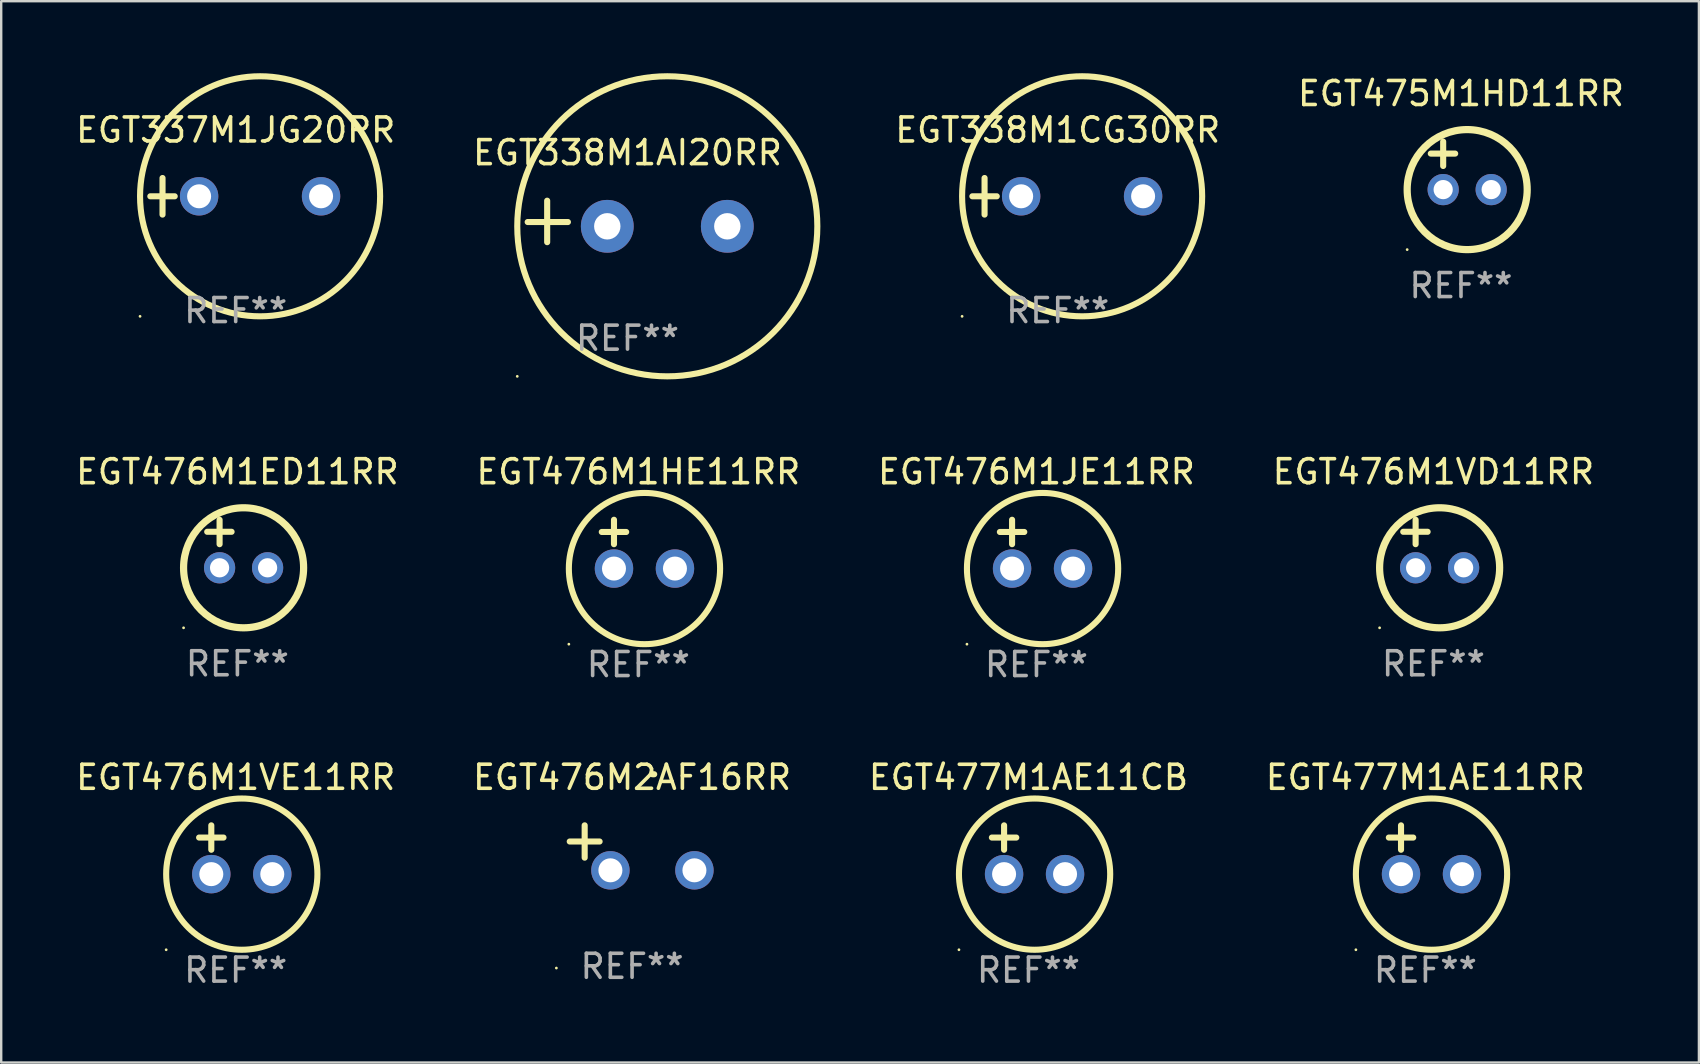
<source format=kicad_pcb>
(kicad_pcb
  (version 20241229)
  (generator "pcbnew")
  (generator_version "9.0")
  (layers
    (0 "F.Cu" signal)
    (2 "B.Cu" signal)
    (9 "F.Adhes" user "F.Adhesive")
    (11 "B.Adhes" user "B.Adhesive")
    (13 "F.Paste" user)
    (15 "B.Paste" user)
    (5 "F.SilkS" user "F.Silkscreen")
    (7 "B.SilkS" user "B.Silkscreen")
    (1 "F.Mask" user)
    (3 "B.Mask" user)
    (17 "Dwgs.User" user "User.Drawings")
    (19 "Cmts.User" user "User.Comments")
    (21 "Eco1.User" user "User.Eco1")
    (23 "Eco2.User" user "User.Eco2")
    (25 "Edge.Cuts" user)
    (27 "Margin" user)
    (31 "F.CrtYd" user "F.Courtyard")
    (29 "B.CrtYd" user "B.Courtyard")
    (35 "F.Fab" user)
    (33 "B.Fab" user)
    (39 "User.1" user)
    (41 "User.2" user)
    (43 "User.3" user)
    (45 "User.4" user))
  (footprint "EGT477M1AE11RR"
    (layer "F.Cu")
    (at 56.327 32.347)
    (property "Reference" "EGT477M1AE11RR" (at 0 -3.016 0) (layer "F.SilkS") (effects (font (size 1 1) (thickness 0.15))))
    (attr through_hole)
    (fp_line (start -1.524 -0.508) (end -0.508 -0.508) (stroke (width 0.254) (type solid)) (layer "F.SilkS"))
    (fp_line (start -1.016 -1.016) (end -1.016 0) (stroke (width 0.254) (type solid)) (layer "F.SilkS"))
    (fp_circle (center -2.896 4.166) (end -2.866 4.166) (stroke (width 0.06) (type solid)) (fill no) (layer "F.SilkS"))
    (fp_circle (center 0.254 1.016) (end 3.404 1.016) (stroke (width 0.254) (type solid)) (fill no) (layer "F.SilkS"))
    (fp_text user "REF**" (at 0 5.016 0) (layer "F.Fab") (effects (font (size 1 1) (thickness 0.15))))
    (pad "1" thru_hole circle (at -1.016 1.016) (size 1.6 1.6) (drill 1) (layers "*.Cu" "*.Mask"))
    (pad "2" thru_hole circle (at 1.524 1.016) (size 1.6 1.6) (drill 1) (layers "*.Cu" "*.Mask")))
  (footprint "EGT475M1HD11RR"
    (layer "F.Cu")
    (at 57.809 3.848)
    (property "Reference" "EGT475M1HD11RR" (at 0 -3 0) (layer "F.SilkS") (effects (font (size 1 1) (thickness 0.15))))
    (attr through_hole)
    (fp_line (start -1.258 -0.5) (end -0.242 -0.5) (stroke (width 0.254) (type solid)) (layer "F.SilkS"))
    (fp_line (start -0.742 -1) (end -0.742 0.016) (stroke (width 0.254) (type solid)) (layer "F.SilkS"))
    (fp_circle (center -2.242 3.5) (end -2.212 3.5) (stroke (width 0.06) (type solid)) (fill no) (layer "F.SilkS"))
    (fp_circle (center 0.258 1) (end 2.758 1) (stroke (width 0.3) (type solid)) (fill no) (layer "F.SilkS"))
    (fp_text user "REF**" (at 0 5 0) (layer "F.Fab") (effects (font (size 1 1) (thickness 0.15))))
    (pad "1" thru_hole circle (at -0.742 1) (size 1.3 1.3) (drill 0.8) (layers "*.Cu" "*.Mask"))
    (pad "2" thru_hole circle (at 1.258 1) (size 1.3 1.3) (drill 0.8) (layers "*.Cu" "*.Mask")))
  (footprint "EGT338M1AI20RR"
    (layer "F.Cu")
    (at 23.089 6.174)
    (property "Reference" "EGT338M1AI20RR" (at 0 -2.864 0) (layer "F.SilkS") (effects (font (size 1 1) (thickness 0.15))))
    (attr through_hole)
    (fp_line (start -3.346 0.864) (end -3.346 -0.864) (stroke (width 0.254) (type solid)) (layer "F.SilkS"))
    (fp_line (start -2.482 0.025) (end -4.158 0.025) (stroke (width 0.254) (type solid)) (layer "F.SilkS"))
    (fp_circle (center -4.592 6.453) (end -4.562 6.453) (stroke (width 0.06) (type solid)) (fill no) (layer "F.SilkS"))
    (fp_circle (center 1.658 0.203) (end 7.908 0.203) (stroke (width 0.254) (type solid)) (fill no) (layer "F.SilkS"))
    (fp_text user "REF**" (at 0 4.864 0) (layer "F.Fab") (effects (font (size 1 1) (thickness 0.15))))
    (pad "1" thru_hole circle (at -0.842 0.203) (size 2.2 2.2) (drill 1.1) (layers "*.Cu" "*.Mask"))
    (pad "2" thru_hole circle (at 4.158 0.203) (size 2.2 2.2) (drill 1.1) (layers "*.Cu" "*.Mask")))
  (footprint "EGT476M1JE11RR"
    (layer "F.Cu")
    (at 40.125 19.618)
    (property "Reference" "EGT476M1JE11RR" (at 0 -3.016 0) (layer "F.SilkS") (effects (font (size 1 1) (thickness 0.15))))
    (attr through_hole)
    (fp_line (start -1.524 -0.508) (end -0.508 -0.508) (stroke (width 0.254) (type solid)) (layer "F.SilkS"))
    (fp_line (start -1.016 -1.016) (end -1.016 0) (stroke (width 0.254) (type solid)) (layer "F.SilkS"))
    (fp_circle (center -2.896 4.166) (end -2.866 4.166) (stroke (width 0.06) (type solid)) (fill no) (layer "F.SilkS"))
    (fp_circle (center 0.254 1.016) (end 3.404 1.016) (stroke (width 0.254) (type solid)) (fill no) (layer "F.SilkS"))
    (fp_text user "REF**" (at 0 5.016 0) (layer "F.Fab") (effects (font (size 1 1) (thickness 0.15))))
    (pad "1" thru_hole circle (at -1.016 1.016) (size 1.6 1.6) (drill 1) (layers "*.Cu" "*.Mask"))
    (pad "2" thru_hole circle (at 1.524 1.016) (size 1.6 1.6) (drill 1) (layers "*.Cu" "*.Mask")))
  (footprint "EGT477M1AE11CB"
    (layer "F.Cu")
    (at 39.792 32.347)
    (property "Reference" "EGT477M1AE11CB" (at 0 -3.016 0) (layer "F.SilkS") (effects (font (size 1 1) (thickness 0.15))))
    (attr through_hole)
    (fp_line (start -1.524 -0.508) (end -0.508 -0.508) (stroke (width 0.254) (type solid)) (layer "F.SilkS"))
    (fp_line (start -1.016 -1.016) (end -1.016 0) (stroke (width 0.254) (type solid)) (layer "F.SilkS"))
    (fp_circle (center -2.896 4.166) (end -2.866 4.166) (stroke (width 0.06) (type solid)) (fill no) (layer "F.SilkS"))
    (fp_circle (center 0.254 1.016) (end 3.404 1.016) (stroke (width 0.254) (type solid)) (fill no) (layer "F.SilkS"))
    (fp_text user "REF**" (at 0 5.016 0) (layer "F.Fab") (effects (font (size 1 1) (thickness 0.15))))
    (pad "1" thru_hole circle (at -1.016 1.016) (size 1.6 1.6) (drill 1) (layers "*.Cu" "*.Mask"))
    (pad "2" thru_hole circle (at 1.524 1.016) (size 1.6 1.6) (drill 1) (layers "*.Cu" "*.Mask")))
  (footprint "EGT476M2AF16RR"
    (layer "F.Cu")
    (at 23.28 32.267)
    (property "Reference" "EGT476M2AF16RR" (at 0 -2.937 0) (layer "F.SilkS") (effects (font (size 1 1) (thickness 0.15))))
    (attr through_hole)
    (fp_line (start -1.975 0.41) (end -1.975 -0.937) (stroke (width 0.254) (type solid)) (layer "F.SilkS"))
    (fp_line (start -1.353 -0.263) (end -2.597 -0.263) (stroke (width 0.254) (type solid)) (layer "F.SilkS"))
    (fp_arc (start 0.849809 -3.063957) (mid 0.885369 -3.064114) (end 0.920929 -3.063957) (stroke (width 0.254001) (type solid)) (layer "F.SilkS"))
    (fp_circle (center -3.154 5.008) (end -3.124 5.008) (stroke (width 0.06) (type solid)) (fill no) (layer "F.SilkS"))
    (fp_text user "REF**" (at 0 4.937 0) (layer "F.Fab") (effects (font (size 1 1) (thickness 0.15))))
    (pad "1" thru_hole circle (at -0.903 0.937) (size 1.6 1.6) (drill 1) (layers "*.Cu" "*.Mask"))
    (pad "2" thru_hole circle (at 2.597 0.937) (size 1.6 1.6) (drill 1) (layers "*.Cu" "*.Mask")))
  (footprint "EGT476M1VE11RR"
    (layer "F.Cu")
    (at 6.768 32.347)
    (property "Reference" "EGT476M1VE11RR" (at 0 -3.016 0) (layer "F.SilkS") (effects (font (size 1 1) (thickness 0.15))))
    (attr through_hole)
    (fp_line (start -1.524 -0.508) (end -0.508 -0.508) (stroke (width 0.254) (type solid)) (layer "F.SilkS"))
    (fp_line (start -1.016 -1.016) (end -1.016 0) (stroke (width 0.254) (type solid)) (layer "F.SilkS"))
    (fp_circle (center -2.896 4.166) (end -2.866 4.166) (stroke (width 0.06) (type solid)) (fill no) (layer "F.SilkS"))
    (fp_circle (center 0.254 1.016) (end 3.404 1.016) (stroke (width 0.254) (type solid)) (fill no) (layer "F.SilkS"))
    (fp_text user "REF**" (at 0 5.016 0) (layer "F.Fab") (effects (font (size 1 1) (thickness 0.15))))
    (pad "1" thru_hole circle (at -1.016 1.016) (size 1.6 1.6) (drill 1) (layers "*.Cu" "*.Mask"))
    (pad "2" thru_hole circle (at 1.524 1.016) (size 1.6 1.6) (drill 1) (layers "*.Cu" "*.Mask")))
  (footprint "EGT337M1JG20RR"
    (layer "F.Cu")
    (at 6.768 5.127)
    (property "Reference" "EGT337M1JG20RR" (at 0 -2.762 0) (layer "F.SilkS") (effects (font (size 1 1) (thickness 0.15))))
    (attr through_hole)
    (fp_line (start -3.556 0) (end -2.54 0) (stroke (width 0.254) (type solid)) (layer "F.SilkS"))
    (fp_line (start -3.048 -0.762) (end -3.048 0.762) (stroke (width 0.254) (type solid)) (layer "F.SilkS"))
    (fp_circle (center -3.984 5) (end -3.954 5) (stroke (width 0.06) (type solid)) (fill no) (layer "F.SilkS"))
    (fp_circle (center 1.016 0) (end 6.016 0) (stroke (width 0.254) (type solid)) (fill no) (layer "F.SilkS"))
    (fp_text user "REF**" (at 0 4.762 0) (layer "F.Fab") (effects (font (size 1 1) (thickness 0.15))))
    (pad "1" thru_hole circle (at -1.524 0) (size 1.6 1.6) (drill 1) (layers "*.Cu" "*.Mask"))
    (pad "2" thru_hole circle (at 3.556 0) (size 1.6 1.6) (drill 1) (layers "*.Cu" "*.Mask")))
  (footprint "EGT476M1HE11RR"
    (layer "F.Cu")
    (at 23.542 19.618)
    (property "Reference" "EGT476M1HE11RR" (at 0 -3.016 0) (layer "F.SilkS") (effects (font (size 1 1) (thickness 0.15))))
    (attr through_hole)
    (fp_line (start -1.524 -0.508) (end -0.508 -0.508) (stroke (width 0.254) (type solid)) (layer "F.SilkS"))
    (fp_line (start -1.016 -1.016) (end -1.016 0) (stroke (width 0.254) (type solid)) (layer "F.SilkS"))
    (fp_circle (center -2.896 4.166) (end -2.866 4.166) (stroke (width 0.06) (type solid)) (fill no) (layer "F.SilkS"))
    (fp_circle (center 0.254 1.016) (end 3.404 1.016) (stroke (width 0.254) (type solid)) (fill no) (layer "F.SilkS"))
    (fp_text user "REF**" (at 0 5.016 0) (layer "F.Fab") (effects (font (size 1 1) (thickness 0.15))))
    (pad "1" thru_hole circle (at -1.016 1.016) (size 1.6 1.6) (drill 1) (layers "*.Cu" "*.Mask"))
    (pad "2" thru_hole circle (at 1.524 1.016) (size 1.6 1.6) (drill 1) (layers "*.Cu" "*.Mask")))
  (footprint "EGT476M1VD11RR"
    (layer "F.Cu")
    (at 56.661 19.602)
    (property "Reference" "EGT476M1VD11RR" (at 0 -3 0) (layer "F.SilkS") (effects (font (size 1 1) (thickness 0.15))))
    (attr through_hole)
    (fp_line (start -1.258 -0.5) (end -0.242 -0.5) (stroke (width 0.254) (type solid)) (layer "F.SilkS"))
    (fp_line (start -0.742 -1) (end -0.742 0.016) (stroke (width 0.254) (type solid)) (layer "F.SilkS"))
    (fp_circle (center -2.242 3.5) (end -2.212 3.5) (stroke (width 0.06) (type solid)) (fill no) (layer "F.SilkS"))
    (fp_circle (center 0.258 1) (end 2.758 1) (stroke (width 0.3) (type solid)) (fill no) (layer "F.SilkS"))
    (fp_text user "REF**" (at 0 5 0) (layer "F.Fab") (effects (font (size 1 1) (thickness 0.15))))
    (pad "1" thru_hole circle (at -0.742 1) (size 1.3 1.3) (drill 0.8) (layers "*.Cu" "*.Mask"))
    (pad "2" thru_hole circle (at 1.258 1) (size 1.3 1.3) (drill 0.8) (layers "*.Cu" "*.Mask")))
  (footprint "EGT338M1CG30RR"
    (layer "F.Cu")
    (at 41.011 5.127)
    (property "Reference" "EGT338M1CG30RR" (at 0 -2.762 0) (layer "F.SilkS") (effects (font (size 1 1) (thickness 0.15))))
    (attr through_hole)
    (fp_line (start -3.556 0) (end -2.54 0) (stroke (width 0.254) (type solid)) (layer "F.SilkS"))
    (fp_line (start -3.048 -0.762) (end -3.048 0.762) (stroke (width 0.254) (type solid)) (layer "F.SilkS"))
    (fp_circle (center -3.984 5) (end -3.954 5) (stroke (width 0.06) (type solid)) (fill no) (layer "F.SilkS"))
    (fp_circle (center 1.016 0) (end 6.016 0) (stroke (width 0.254) (type solid)) (fill no) (layer "F.SilkS"))
    (fp_text user "REF**" (at 0 4.762 0) (layer "F.Fab") (effects (font (size 1 1) (thickness 0.15))))
    (pad "1" thru_hole circle (at -1.524 0) (size 1.6 1.6) (drill 1) (layers "*.Cu" "*.Mask"))
    (pad "2" thru_hole circle (at 3.556 0) (size 1.6 1.6) (drill 1) (layers "*.Cu" "*.Mask")))
  (footprint "EGT476M1ED11RR"
    (layer "F.Cu")
    (at 6.839 19.602)
    (property "Reference" "EGT476M1ED11RR" (at 0 -3 0) (layer "F.SilkS") (effects (font (size 1 1) (thickness 0.15))))
    (attr through_hole)
    (fp_line (start -1.258 -0.5) (end -0.242 -0.5) (stroke (width 0.254) (type solid)) (layer "F.SilkS"))
    (fp_line (start -0.742 -1) (end -0.742 0.016) (stroke (width 0.254) (type solid)) (layer "F.SilkS"))
    (fp_circle (center -2.242 3.5) (end -2.212 3.5) (stroke (width 0.06) (type solid)) (fill no) (layer "F.SilkS"))
    (fp_circle (center 0.258 1) (end 2.758 1) (stroke (width 0.3) (type solid)) (fill no) (layer "F.SilkS"))
    (fp_text user "REF**" (at 0 5 0) (layer "F.Fab") (effects (font (size 1 1) (thickness 0.15))))
    (pad "1" thru_hole circle (at -0.742 1) (size 1.3 1.3) (drill 0.8) (layers "*.Cu" "*.Mask"))
    (pad "2" thru_hole circle (at 1.258 1) (size 1.3 1.3) (drill 0.8) (layers "*.Cu" "*.Mask")))
  (gr_rect
    (start -3 -3)
    (end 67.72 41.211)
    (stroke (width 0.1) (type default))
    (fill no)
    (layer "Edge.Cuts")))
</source>
